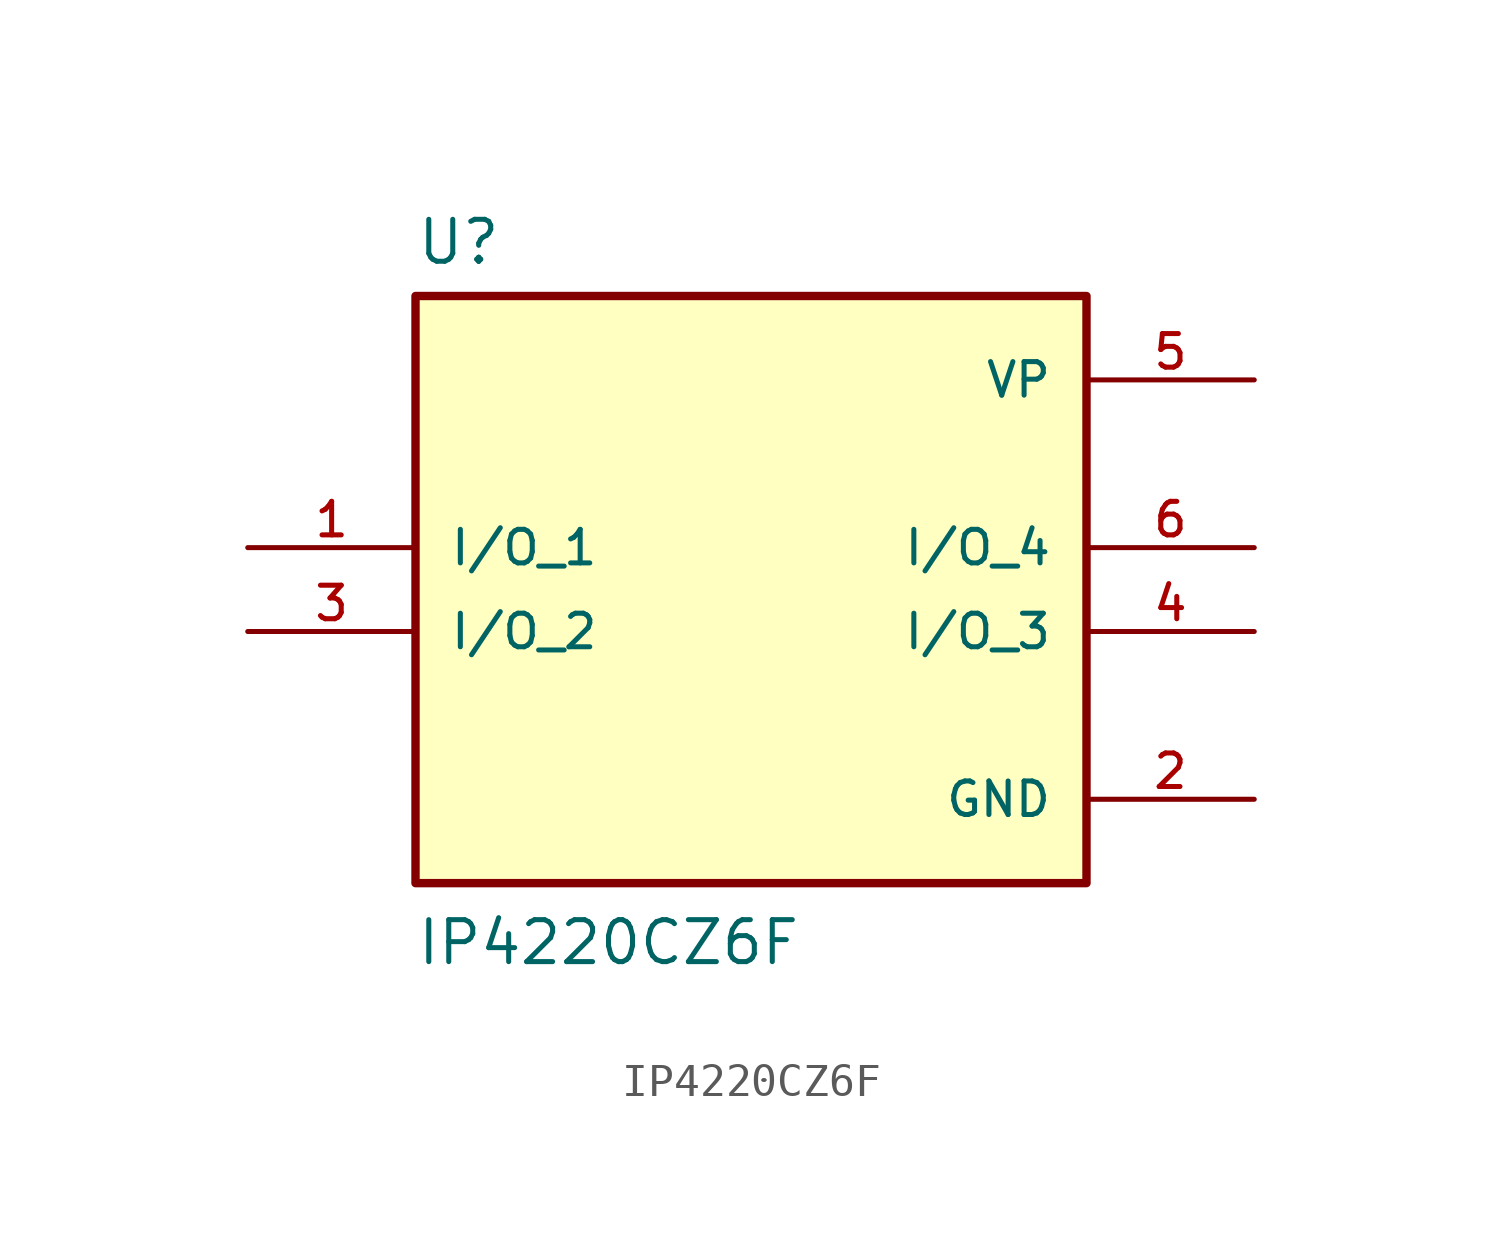
<source format=kicad_sym>
(kicad_symbol_lib
  (version 20210619)
  (generator kicad_symbol_editor)
  (symbol "IP4220CZ6F"
    (pin_names
      (offset 1.016))
    (property "Reference" "U"
      (at -10.16 8.509 0)
      (effects (font (size 1.27 1.27)) (justify left bottom)))
    (property "Value" "IP4220CZ6F"
      (at -10.16 -12.7 0)
      (effects (font (size 1.27 1.27)) (justify left bottom)))
    (property "ki_locked" ""
      (at 0 0 0)
      (effects (font (size 1.27 1.27))))
    (symbol "IP4220CZ6F_0_0"
      (rectangle (start -10.16 -10.16) (end 10.16 7.62) (stroke (width 0.254)) (fill (type background)))
      (pin bidirectional line (at -15.24 0 0) (length 5.08) (name "I/O_1" (effects (font (size 1.016 1.016)))) (number "1" (effects (font (size 1.016 1.016)))))
      (pin power_in line (at 15.24 -7.62 180) (length 5.08) (name "GND" (effects (font (size 1.016 1.016)))) (number "2" (effects (font (size 1.016 1.016)))))
      (pin bidirectional line (at -15.24 -2.54 0) (length 5.08) (name "I/O_2" (effects (font (size 1.016 1.016)))) (number "3" (effects (font (size 1.016 1.016)))))
      (pin bidirectional line (at 15.24 -2.54 180) (length 5.08) (name "I/O_3" (effects (font (size 1.016 1.016)))) (number "4" (effects (font (size 1.016 1.016)))))
      (pin power_in line (at 15.24 5.08 180) (length 5.08) (name "VP" (effects (font (size 1.016 1.016)))) (number "5" (effects (font (size 1.016 1.016)))))
      (pin bidirectional line (at 15.24 0 180) (length 5.08) (name "I/O_4" (effects (font (size 1.016 1.016)))) (number "6" (effects (font (size 1.016 1.016))))))))
</source>
